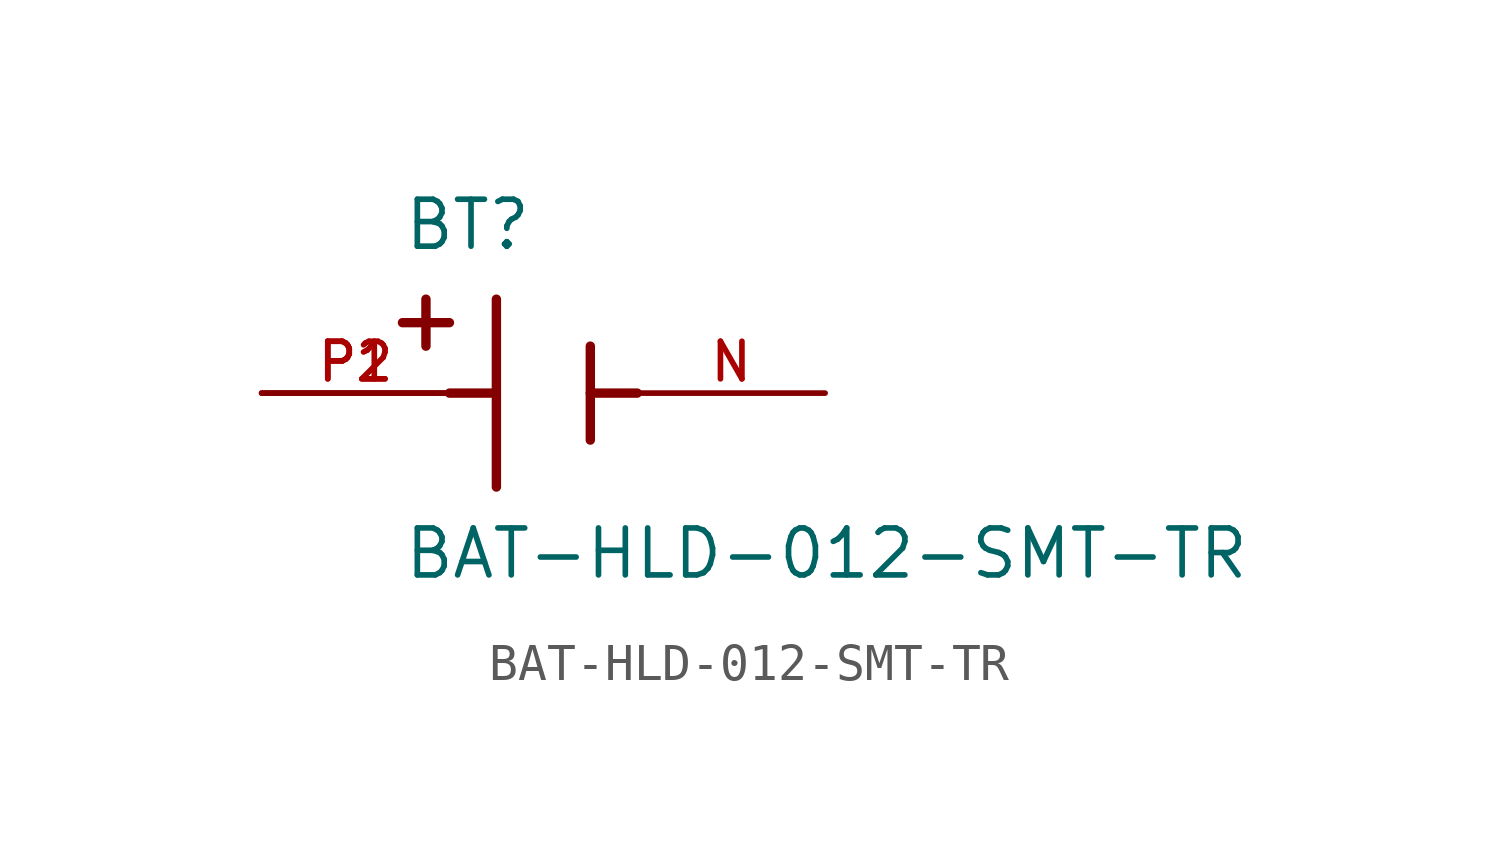
<source format=kicad_sym>
(kicad_symbol_lib
  (version 20211014)
  (generator kicad_symbol_editor)
  (symbol "BAT-HLD-012-SMT-TR"
    (pin_names
      (offset 1.016))
    (property "Reference" "BT"
      (at -3.81 3.81 0)
      (effects (font (size 1.27 1.27)) (justify bottom left)))
    (property "Value" "BAT-HLD-012-SMT-TR"
      (at -3.81 -5.08 0)
      (effects (font (size 1.27 1.27)) (justify bottom left)))
    (symbol "BAT-HLD-012-SMT-TR_0_0"
      (polyline (pts (xy -1.27 2.54) (xy -1.27 -2.54)) (stroke (width 0.254)))
      (polyline (pts (xy 1.27 1.27) (xy 1.27 -1.27)) (stroke (width 0.254)))
      (polyline (pts (xy -1.27 0.0) (xy -2.54 0.0)) (stroke (width 0.254)))
      (polyline (pts (xy 1.27 0.0) (xy 2.54 0.0)) (stroke (width 0.254)))
      (polyline (pts (xy -3.175 2.54) (xy -3.175 1.27)) (stroke (width 0.254)))
      (polyline (pts (xy -3.81 1.905) (xy -2.54 1.905)) (stroke (width 0.254)))
      (pin passive line (at -7.62 0.0 0) (length 5.08) (name "~" (effects (font (size 1.016 1.016)))) (number "P1" (effects (font (size 1.016 1.016)))))
      (pin passive line (at 7.62 0.0 180.0) (length 5.08) (name "~" (effects (font (size 1.016 1.016)))) (number "N" (effects (font (size 1.016 1.016)))))
      (pin passive line (at -7.62 0.0 0) (length 5.08) (name "~" (effects (font (size 1.016 1.016)))) (number "P2" (effects (font (size 1.016 1.016))))))))
</source>
